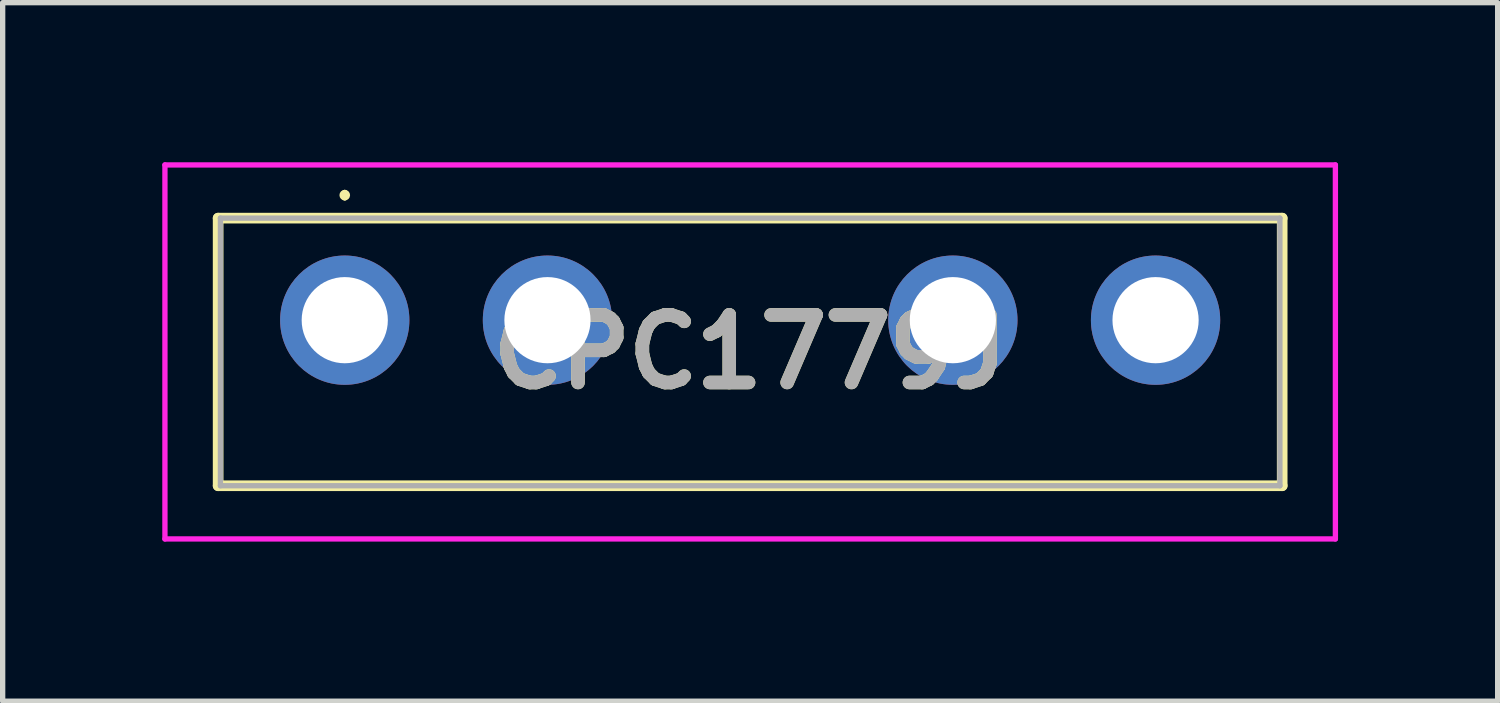
<source format=kicad_pcb>
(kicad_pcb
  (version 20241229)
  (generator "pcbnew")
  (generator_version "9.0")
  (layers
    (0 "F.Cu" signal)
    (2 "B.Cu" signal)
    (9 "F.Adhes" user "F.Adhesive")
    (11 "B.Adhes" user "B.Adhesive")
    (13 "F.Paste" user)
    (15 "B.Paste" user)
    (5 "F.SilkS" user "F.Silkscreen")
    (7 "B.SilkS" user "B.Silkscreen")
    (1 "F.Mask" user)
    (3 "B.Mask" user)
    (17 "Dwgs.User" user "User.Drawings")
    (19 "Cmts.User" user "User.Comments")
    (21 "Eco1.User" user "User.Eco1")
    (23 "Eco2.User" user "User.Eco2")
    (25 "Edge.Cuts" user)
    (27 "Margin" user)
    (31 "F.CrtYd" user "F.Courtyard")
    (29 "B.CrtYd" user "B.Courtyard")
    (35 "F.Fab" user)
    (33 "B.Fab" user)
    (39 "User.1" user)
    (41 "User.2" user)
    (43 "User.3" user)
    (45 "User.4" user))
  (footprint "CPC1779J"
    (layer "F.Cu")
    (at 3.43 2.968)
    (property "Reference" "CPC1779J" (at 7.62 0.597 0) (layer "F.SilkS") (effects (font (size 1.27 1.27) (thickness 0.254))))
    (attr through_hole)
    (fp_line (start -2.38 -1.918) (end 17.62 -1.918) (stroke (width 0.2) (type solid)) (layer "F.SilkS"))
    (fp_line (start -2.38 3.112) (end -2.38 -1.918) (stroke (width 0.2) (type solid)) (layer "F.SilkS"))
    (fp_line (start 0 -2.4) (end 0 -2.4) (stroke (width 0.1) (type solid)) (layer "F.SilkS"))
    (fp_line (start 0 -2.3) (end 0 -2.3) (stroke (width 0.1) (type solid)) (layer "F.SilkS"))
    (fp_line (start 17.62 -1.918) (end 17.62 3.112) (stroke (width 0.2) (type solid)) (layer "F.SilkS"))
    (fp_line (start 17.62 3.112) (end -2.38 3.112) (stroke (width 0.2) (type solid)) (layer "F.SilkS"))
    (fp_arc (start 0 -2.4) (mid 0.05 -2.35) (end 0 -2.3) (stroke (width 0.1) (type solid)) (layer "F.SilkS"))
    (fp_arc (start 0 -2.3) (mid -0.05 -2.35) (end 0 -2.4) (stroke (width 0.1) (type solid)) (layer "F.SilkS"))
    (fp_line (start -3.38 -2.918) (end 18.62 -2.918) (stroke (width 0.1) (type solid)) (layer "F.CrtYd"))
    (fp_line (start -3.38 4.112) (end -3.38 -2.918) (stroke (width 0.1) (type solid)) (layer "F.CrtYd"))
    (fp_line (start 18.62 -2.918) (end 18.62 4.112) (stroke (width 0.1) (type solid)) (layer "F.CrtYd"))
    (fp_line (start 18.62 4.112) (end -3.38 4.112) (stroke (width 0.1) (type solid)) (layer "F.CrtYd"))
    (fp_line (start -2.337 -1.918) (end 17.577 -1.918) (stroke (width 0.1) (type solid)) (layer "F.Fab"))
    (fp_line (start -2.337 3.112) (end -2.337 -1.918) (stroke (width 0.1) (type solid)) (layer "F.Fab"))
    (fp_line (start 17.577 -1.918) (end 17.577 3.112) (stroke (width 0.1) (type solid)) (layer "F.Fab"))
    (fp_line (start 17.577 3.112) (end -2.337 3.112) (stroke (width 0.1) (type solid)) (layer "F.Fab"))
    (fp_text user "${REFERENCE}" (at 7.62 0.597 0) (layer "F.Fab") (effects (font (size 1.27 1.27) (thickness 0.254))))
    (pad "1" thru_hole circle (at 0 0) (size 2.43 2.43) (drill 1.62) (layers "*.Cu" "*.Mask"))
    (pad "2" thru_hole circle (at 3.81 0) (size 2.43 2.43) (drill 1.62) (layers "*.Cu" "*.Mask"))
    (pad "3" thru_hole circle (at 11.43 0) (size 2.43 2.43) (drill 1.62) (layers "*.Cu" "*.Mask"))
    (pad "4" thru_hole circle (at 15.24 0) (size 2.43 2.43) (drill 1.62) (layers "*.Cu" "*.Mask")))
  (gr_rect
    (start -3 -3)
    (end 25.1 10.13)
    (stroke (width 0.1) (type default))
    (fill no)
    (layer "Edge.Cuts")))
</source>
